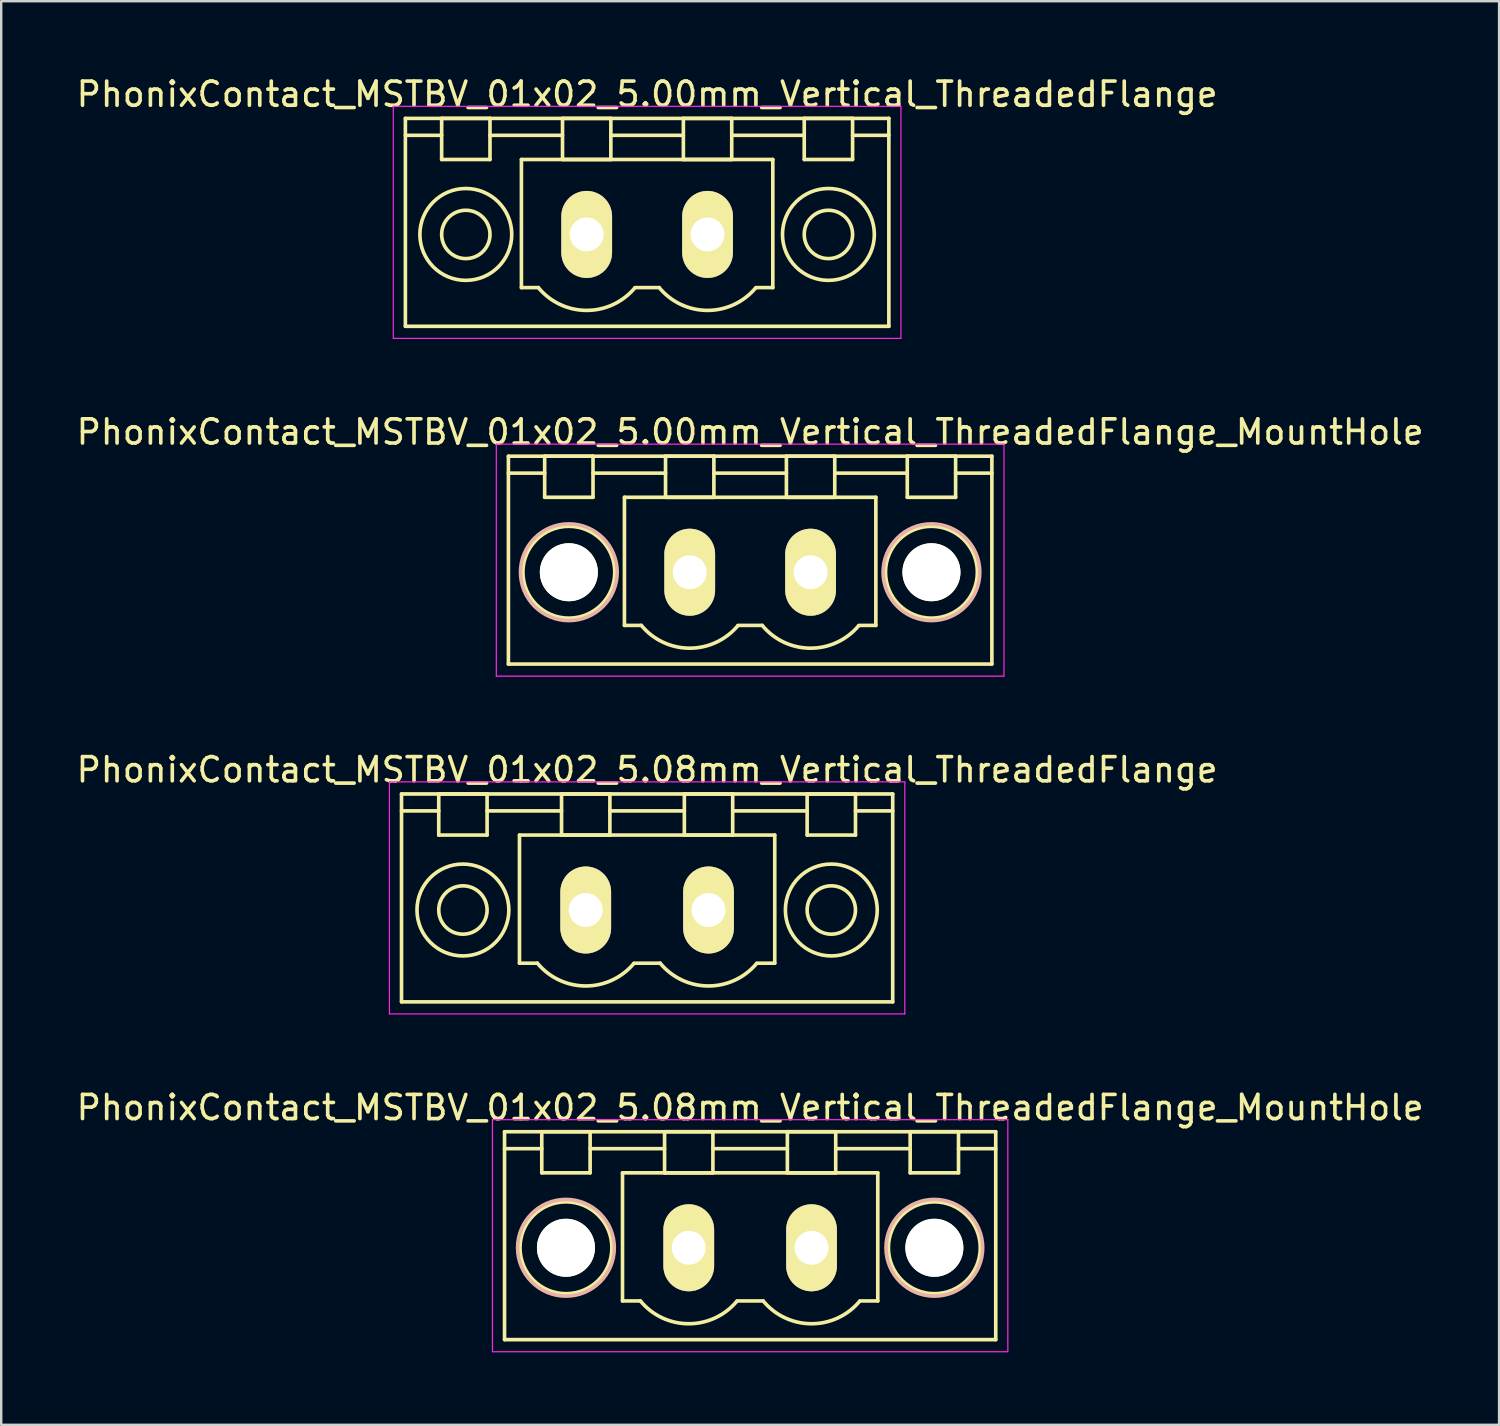
<source format=kicad_pcb>
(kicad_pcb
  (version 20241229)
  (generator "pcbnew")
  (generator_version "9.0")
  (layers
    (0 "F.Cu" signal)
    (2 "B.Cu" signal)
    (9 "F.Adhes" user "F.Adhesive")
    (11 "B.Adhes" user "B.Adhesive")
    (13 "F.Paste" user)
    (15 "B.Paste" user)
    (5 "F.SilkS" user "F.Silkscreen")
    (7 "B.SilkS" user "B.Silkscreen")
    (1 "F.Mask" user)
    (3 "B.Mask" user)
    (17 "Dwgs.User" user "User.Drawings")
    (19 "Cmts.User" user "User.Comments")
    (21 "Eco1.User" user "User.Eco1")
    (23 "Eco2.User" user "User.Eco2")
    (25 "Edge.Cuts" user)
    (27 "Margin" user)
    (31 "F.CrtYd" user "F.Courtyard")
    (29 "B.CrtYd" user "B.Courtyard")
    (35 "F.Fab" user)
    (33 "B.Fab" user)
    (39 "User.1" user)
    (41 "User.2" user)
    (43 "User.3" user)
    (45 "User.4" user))
  (footprint "PhonixContact_MSTBV_01x02_5.08mm_Vertical_ThreadedFlange"
    (layer "F.Cu")
    (at 21.18 34.595)
    (property "Reference" "PhonixContact_MSTBV_01x02_5.08mm_Vertical_ThreadedFlange" (at 2.54 -5.8 0) (layer "F.SilkS") (effects (font (size 1 1) (thickness 0.15))))
    (attr through_hole)
    (fp_line (start -7.62 -4.8) (end -7.62 3.8) (stroke (width 0.15) (type solid)) (layer "F.SilkS"))
    (fp_line (start -7.62 -4.1) (end -6.08 -4.1) (stroke (width 0.15) (type solid)) (layer "F.SilkS"))
    (fp_line (start -7.62 3.8) (end 12.7 3.8) (stroke (width 0.15) (type solid)) (layer "F.SilkS"))
    (fp_line (start -6.08 -4.8) (end -4.08 -4.8) (stroke (width 0.15) (type solid)) (layer "F.SilkS"))
    (fp_line (start -6.08 -3.1) (end -6.08 -4.8) (stroke (width 0.15) (type solid)) (layer "F.SilkS"))
    (fp_line (start -4.08 -4.8) (end -4.08 -3.1) (stroke (width 0.15) (type solid)) (layer "F.SilkS"))
    (fp_line (start -4.08 -4.1) (end -1 -4.1) (stroke (width 0.15) (type solid)) (layer "F.SilkS"))
    (fp_line (start -4.08 -3.1) (end -6.08 -3.1) (stroke (width 0.15) (type solid)) (layer "F.SilkS"))
    (fp_line (start -2.74 -3.1) (end 7.82 -3.1) (stroke (width 0.15) (type solid)) (layer "F.SilkS"))
    (fp_line (start -2.74 2.2) (end -2.74 -3.1) (stroke (width 0.15) (type solid)) (layer "F.SilkS"))
    (fp_line (start -2 2.2) (end -2.74 2.2) (stroke (width 0.15) (type solid)) (layer "F.SilkS"))
    (fp_line (start -1 -4.8) (end 1 -4.8) (stroke (width 0.15) (type solid)) (layer "F.SilkS"))
    (fp_line (start -1 -3.1) (end -1 -4.8) (stroke (width 0.15) (type solid)) (layer "F.SilkS"))
    (fp_line (start 1 -4.8) (end 1 -3.1) (stroke (width 0.15) (type solid)) (layer "F.SilkS"))
    (fp_line (start 1 -4.1) (end 4.08 -4.1) (stroke (width 0.15) (type solid)) (layer "F.SilkS"))
    (fp_line (start 1 -3.1) (end -1 -3.1) (stroke (width 0.15) (type solid)) (layer "F.SilkS"))
    (fp_line (start 2 2.2) (end 3.08 2.2) (stroke (width 0.15) (type solid)) (layer "F.SilkS"))
    (fp_line (start 4.08 -4.8) (end 6.08 -4.8) (stroke (width 0.15) (type solid)) (layer "F.SilkS"))
    (fp_line (start 4.08 -3.1) (end 4.08 -4.8) (stroke (width 0.15) (type solid)) (layer "F.SilkS"))
    (fp_line (start 6.08 -4.8) (end 6.08 -3.1) (stroke (width 0.15) (type solid)) (layer "F.SilkS"))
    (fp_line (start 6.08 -4.1) (end 9.16 -4.1) (stroke (width 0.15) (type solid)) (layer "F.SilkS"))
    (fp_line (start 6.08 -3.1) (end 4.08 -3.1) (stroke (width 0.15) (type solid)) (layer "F.SilkS"))
    (fp_line (start 7.82 -3.1) (end 7.82 2.2) (stroke (width 0.15) (type solid)) (layer "F.SilkS"))
    (fp_line (start 7.82 2.2) (end 7.08 2.2) (stroke (width 0.15) (type solid)) (layer "F.SilkS"))
    (fp_line (start 9.16 -4.8) (end 11.16 -4.8) (stroke (width 0.15) (type solid)) (layer "F.SilkS"))
    (fp_line (start 9.16 -3.1) (end 9.16 -4.8) (stroke (width 0.15) (type solid)) (layer "F.SilkS"))
    (fp_line (start 11.16 -4.8) (end 11.16 -3.1) (stroke (width 0.15) (type solid)) (layer "F.SilkS"))
    (fp_line (start 11.16 -3.1) (end 9.16 -3.1) (stroke (width 0.15) (type solid)) (layer "F.SilkS"))
    (fp_line (start 12.7 -4.8) (end -7.62 -4.8) (stroke (width 0.15) (type solid)) (layer "F.SilkS"))
    (fp_line (start 12.7 -4.1) (end 11.16 -4.1) (stroke (width 0.15) (type solid)) (layer "F.SilkS"))
    (fp_line (start 12.7 3.8) (end 12.7 -4.8) (stroke (width 0.15) (type solid)) (layer "F.SilkS"))
    (fp_arc (start 1.986842 2.215821) (mid -0.010289 3.142758) (end -2 2.2) (stroke (width 0.15) (type solid)) (layer "F.SilkS"))
    (fp_arc (start 7.066842 2.215821) (mid 5.069711 3.142758) (end 3.08 2.2) (stroke (width 0.15) (type solid)) (layer "F.SilkS"))
    (fp_circle (center -5.08 0) (end -4.08 0) (stroke (width 0.15) (type solid)) (fill no) (layer "F.SilkS"))
    (fp_circle (center -5.08 0) (end -3.18 0) (stroke (width 0.15) (type solid)) (fill no) (layer "F.SilkS"))
    (fp_circle (center 10.16 0) (end 11.16 0) (stroke (width 0.15) (type solid)) (fill no) (layer "F.SilkS"))
    (fp_circle (center 10.16 0) (end 12.06 0) (stroke (width 0.15) (type solid)) (fill no) (layer "F.SilkS"))
    (fp_line (start -8.12 -5.3) (end -8.12 4.3) (stroke (width 0.05) (type solid)) (layer "F.CrtYd"))
    (fp_line (start -8.12 4.3) (end 13.2 4.3) (stroke (width 0.05) (type solid)) (layer "F.CrtYd"))
    (fp_line (start 13.2 -5.3) (end -8.12 -5.3) (stroke (width 0.05) (type solid)) (layer "F.CrtYd"))
    (fp_line (start 13.2 4.3) (end 13.2 -5.3) (stroke (width 0.05) (type solid)) (layer "F.CrtYd"))
    (pad "1" thru_hole oval (at 0 0) (size 2.1 3.6) (drill 1.4) (layers "*.Cu" "*.Mask" "F.SilkS"))
    (pad "2" thru_hole oval (at 5.08 0) (size 2.1 3.6) (drill 1.4) (layers "*.Cu" "*.Mask" "F.SilkS")))
  (footprint "PhonixContact_MSTBV_01x02_5.00mm_Vertical_ThreadedFlange_MountHole"
    (layer "F.Cu")
    (at 25.482 20.622)
    (property "Reference" "PhonixContact_MSTBV_01x02_5.00mm_Vertical_ThreadedFlange_MountHole" (at 2.5 -5.8 0) (layer "F.SilkS") (effects (font (size 1 1) (thickness 0.15))))
    (attr through_hole)
    (fp_line (start -7.5 -4.8) (end -7.5 3.8) (stroke (width 0.15) (type solid)) (layer "F.SilkS"))
    (fp_line (start -7.5 -4.1) (end -6 -4.1) (stroke (width 0.15) (type solid)) (layer "F.SilkS"))
    (fp_line (start -7.5 3.8) (end 12.5 3.8) (stroke (width 0.15) (type solid)) (layer "F.SilkS"))
    (fp_line (start -6 -4.8) (end -4 -4.8) (stroke (width 0.15) (type solid)) (layer "F.SilkS"))
    (fp_line (start -6 -3.1) (end -6 -4.8) (stroke (width 0.15) (type solid)) (layer "F.SilkS"))
    (fp_line (start -4 -4.8) (end -4 -3.1) (stroke (width 0.15) (type solid)) (layer "F.SilkS"))
    (fp_line (start -4 -4.1) (end -1 -4.1) (stroke (width 0.15) (type solid)) (layer "F.SilkS"))
    (fp_line (start -4 -3.1) (end -6 -3.1) (stroke (width 0.15) (type solid)) (layer "F.SilkS"))
    (fp_line (start -2.7 -3.1) (end 7.7 -3.1) (stroke (width 0.15) (type solid)) (layer "F.SilkS"))
    (fp_line (start -2.7 2.2) (end -2.7 -3.1) (stroke (width 0.15) (type solid)) (layer "F.SilkS"))
    (fp_line (start -2 2.2) (end -2.7 2.2) (stroke (width 0.15) (type solid)) (layer "F.SilkS"))
    (fp_line (start -1 -4.8) (end 1 -4.8) (stroke (width 0.15) (type solid)) (layer "F.SilkS"))
    (fp_line (start -1 -3.1) (end -1 -4.8) (stroke (width 0.15) (type solid)) (layer "F.SilkS"))
    (fp_line (start 1 -4.8) (end 1 -3.1) (stroke (width 0.15) (type solid)) (layer "F.SilkS"))
    (fp_line (start 1 -4.1) (end 4 -4.1) (stroke (width 0.15) (type solid)) (layer "F.SilkS"))
    (fp_line (start 1 -3.1) (end -1 -3.1) (stroke (width 0.15) (type solid)) (layer "F.SilkS"))
    (fp_line (start 2 2.2) (end 3 2.2) (stroke (width 0.15) (type solid)) (layer "F.SilkS"))
    (fp_line (start 4 -4.8) (end 6 -4.8) (stroke (width 0.15) (type solid)) (layer "F.SilkS"))
    (fp_line (start 4 -3.1) (end 4 -4.8) (stroke (width 0.15) (type solid)) (layer "F.SilkS"))
    (fp_line (start 6 -4.8) (end 6 -3.1) (stroke (width 0.15) (type solid)) (layer "F.SilkS"))
    (fp_line (start 6 -4.1) (end 9 -4.1) (stroke (width 0.15) (type solid)) (layer "F.SilkS"))
    (fp_line (start 6 -3.1) (end 4 -3.1) (stroke (width 0.15) (type solid)) (layer "F.SilkS"))
    (fp_line (start 7.7 -3.1) (end 7.7 2.2) (stroke (width 0.15) (type solid)) (layer "F.SilkS"))
    (fp_line (start 7.7 2.2) (end 7 2.2) (stroke (width 0.15) (type solid)) (layer "F.SilkS"))
    (fp_line (start 9 -4.8) (end 11 -4.8) (stroke (width 0.15) (type solid)) (layer "F.SilkS"))
    (fp_line (start 9 -3.1) (end 9 -4.8) (stroke (width 0.15) (type solid)) (layer "F.SilkS"))
    (fp_line (start 11 -4.8) (end 11 -3.1) (stroke (width 0.15) (type solid)) (layer "F.SilkS"))
    (fp_line (start 11 -3.1) (end 9 -3.1) (stroke (width 0.15) (type solid)) (layer "F.SilkS"))
    (fp_line (start 12.5 -4.8) (end -7.5 -4.8) (stroke (width 0.15) (type solid)) (layer "F.SilkS"))
    (fp_line (start 12.5 -4.1) (end 11 -4.1) (stroke (width 0.15) (type solid)) (layer "F.SilkS"))
    (fp_line (start 12.5 3.8) (end 12.5 -4.8) (stroke (width 0.15) (type solid)) (layer "F.SilkS"))
    (fp_arc (start 1.986842 2.215821) (mid -0.010289 3.142758) (end -2 2.2) (stroke (width 0.15) (type solid)) (layer "F.SilkS"))
    (fp_arc (start 6.986842 2.215821) (mid 4.989711 3.142758) (end 3 2.2) (stroke (width 0.15) (type solid)) (layer "F.SilkS"))
    (fp_circle (center -5 0) (end -4 0) (stroke (width 0.15) (type solid)) (fill no) (layer "F.SilkS"))
    (fp_circle (center -5 0) (end -3.1 0) (stroke (width 0.15) (type solid)) (fill no) (layer "F.SilkS"))
    (fp_circle (center 10 0) (end 11 0) (stroke (width 0.15) (type solid)) (fill no) (layer "F.SilkS"))
    (fp_circle (center 10 0) (end 11.9 0) (stroke (width 0.15) (type solid)) (fill no) (layer "F.SilkS"))
    (fp_circle (center -5 0) (end -3 0) (stroke (width 0.15) (type solid)) (fill no) (layer "B.SilkS"))
    (fp_circle (center 10 0) (end 12 0) (stroke (width 0.15) (type solid)) (fill no) (layer "B.SilkS"))
    (fp_line (start -8 -5.3) (end -8 4.3) (stroke (width 0.05) (type solid)) (layer "F.CrtYd"))
    (fp_line (start -8 4.3) (end 13 4.3) (stroke (width 0.05) (type solid)) (layer "F.CrtYd"))
    (fp_line (start 13 -5.3) (end -8 -5.3) (stroke (width 0.05) (type solid)) (layer "F.CrtYd"))
    (fp_line (start 13 4.3) (end 13 -5.3) (stroke (width 0.05) (type solid)) (layer "F.CrtYd"))
    (pad "" np_thru_hole circle (at -5 0) (size 2.4 2.4) (drill 2.4) (layers "*.Cu" "*.Mask" "F.SilkS"))
    (pad "" np_thru_hole circle (at 10 0) (size 2.4 2.4) (drill 2.4) (layers "*.Cu" "*.Mask" "F.SilkS"))
    (pad "1" thru_hole oval (at 0 0) (size 2.1 3.6) (drill 1.4) (layers "*.Cu" "*.Mask" "F.SilkS"))
    (pad "2" thru_hole oval (at 5 0) (size 2.1 3.6) (drill 1.4) (layers "*.Cu" "*.Mask" "F.SilkS")))
  (footprint "PhonixContact_MSTBV_01x02_5.08mm_Vertical_ThreadedFlange_MountHole"
    (layer "F.Cu")
    (at 25.442 48.568)
    (property "Reference" "PhonixContact_MSTBV_01x02_5.08mm_Vertical_ThreadedFlange_MountHole" (at 2.54 -5.8 0) (layer "F.SilkS") (effects (font (size 1 1) (thickness 0.15))))
    (attr through_hole)
    (fp_line (start -7.62 -4.8) (end -7.62 3.8) (stroke (width 0.15) (type solid)) (layer "F.SilkS"))
    (fp_line (start -7.62 -4.1) (end -6.08 -4.1) (stroke (width 0.15) (type solid)) (layer "F.SilkS"))
    (fp_line (start -7.62 3.8) (end 12.7 3.8) (stroke (width 0.15) (type solid)) (layer "F.SilkS"))
    (fp_line (start -6.08 -4.8) (end -4.08 -4.8) (stroke (width 0.15) (type solid)) (layer "F.SilkS"))
    (fp_line (start -6.08 -3.1) (end -6.08 -4.8) (stroke (width 0.15) (type solid)) (layer "F.SilkS"))
    (fp_line (start -4.08 -4.8) (end -4.08 -3.1) (stroke (width 0.15) (type solid)) (layer "F.SilkS"))
    (fp_line (start -4.08 -4.1) (end -1 -4.1) (stroke (width 0.15) (type solid)) (layer "F.SilkS"))
    (fp_line (start -4.08 -3.1) (end -6.08 -3.1) (stroke (width 0.15) (type solid)) (layer "F.SilkS"))
    (fp_line (start -2.74 -3.1) (end 7.82 -3.1) (stroke (width 0.15) (type solid)) (layer "F.SilkS"))
    (fp_line (start -2.74 2.2) (end -2.74 -3.1) (stroke (width 0.15) (type solid)) (layer "F.SilkS"))
    (fp_line (start -2 2.2) (end -2.74 2.2) (stroke (width 0.15) (type solid)) (layer "F.SilkS"))
    (fp_line (start -1 -4.8) (end 1 -4.8) (stroke (width 0.15) (type solid)) (layer "F.SilkS"))
    (fp_line (start -1 -3.1) (end -1 -4.8) (stroke (width 0.15) (type solid)) (layer "F.SilkS"))
    (fp_line (start 1 -4.8) (end 1 -3.1) (stroke (width 0.15) (type solid)) (layer "F.SilkS"))
    (fp_line (start 1 -4.1) (end 4.08 -4.1) (stroke (width 0.15) (type solid)) (layer "F.SilkS"))
    (fp_line (start 1 -3.1) (end -1 -3.1) (stroke (width 0.15) (type solid)) (layer "F.SilkS"))
    (fp_line (start 2 2.2) (end 3.08 2.2) (stroke (width 0.15) (type solid)) (layer "F.SilkS"))
    (fp_line (start 4.08 -4.8) (end 6.08 -4.8) (stroke (width 0.15) (type solid)) (layer "F.SilkS"))
    (fp_line (start 4.08 -3.1) (end 4.08 -4.8) (stroke (width 0.15) (type solid)) (layer "F.SilkS"))
    (fp_line (start 6.08 -4.8) (end 6.08 -3.1) (stroke (width 0.15) (type solid)) (layer "F.SilkS"))
    (fp_line (start 6.08 -4.1) (end 9.16 -4.1) (stroke (width 0.15) (type solid)) (layer "F.SilkS"))
    (fp_line (start 6.08 -3.1) (end 4.08 -3.1) (stroke (width 0.15) (type solid)) (layer "F.SilkS"))
    (fp_line (start 7.82 -3.1) (end 7.82 2.2) (stroke (width 0.15) (type solid)) (layer "F.SilkS"))
    (fp_line (start 7.82 2.2) (end 7.08 2.2) (stroke (width 0.15) (type solid)) (layer "F.SilkS"))
    (fp_line (start 9.16 -4.8) (end 11.16 -4.8) (stroke (width 0.15) (type solid)) (layer "F.SilkS"))
    (fp_line (start 9.16 -3.1) (end 9.16 -4.8) (stroke (width 0.15) (type solid)) (layer "F.SilkS"))
    (fp_line (start 11.16 -4.8) (end 11.16 -3.1) (stroke (width 0.15) (type solid)) (layer "F.SilkS"))
    (fp_line (start 11.16 -3.1) (end 9.16 -3.1) (stroke (width 0.15) (type solid)) (layer "F.SilkS"))
    (fp_line (start 12.7 -4.8) (end -7.62 -4.8) (stroke (width 0.15) (type solid)) (layer "F.SilkS"))
    (fp_line (start 12.7 -4.1) (end 11.16 -4.1) (stroke (width 0.15) (type solid)) (layer "F.SilkS"))
    (fp_line (start 12.7 3.8) (end 12.7 -4.8) (stroke (width 0.15) (type solid)) (layer "F.SilkS"))
    (fp_arc (start 1.986842 2.215821) (mid -0.010289 3.142758) (end -2 2.2) (stroke (width 0.15) (type solid)) (layer "F.SilkS"))
    (fp_arc (start 7.066842 2.215821) (mid 5.069711 3.142758) (end 3.08 2.2) (stroke (width 0.15) (type solid)) (layer "F.SilkS"))
    (fp_circle (center -5.08 0) (end -4.08 0) (stroke (width 0.15) (type solid)) (fill no) (layer "F.SilkS"))
    (fp_circle (center -5.08 0) (end -3.18 0) (stroke (width 0.15) (type solid)) (fill no) (layer "F.SilkS"))
    (fp_circle (center 10.16 0) (end 11.16 0) (stroke (width 0.15) (type solid)) (fill no) (layer "F.SilkS"))
    (fp_circle (center 10.16 0) (end 12.06 0) (stroke (width 0.15) (type solid)) (fill no) (layer "F.SilkS"))
    (fp_circle (center -5.08 0) (end -3.08 0) (stroke (width 0.15) (type solid)) (fill no) (layer "B.SilkS"))
    (fp_circle (center 10.16 0) (end 12.16 0) (stroke (width 0.15) (type solid)) (fill no) (layer "B.SilkS"))
    (fp_line (start -8.12 -5.3) (end -8.12 4.3) (stroke (width 0.05) (type solid)) (layer "F.CrtYd"))
    (fp_line (start -8.12 4.3) (end 13.2 4.3) (stroke (width 0.05) (type solid)) (layer "F.CrtYd"))
    (fp_line (start 13.2 -5.3) (end -8.12 -5.3) (stroke (width 0.05) (type solid)) (layer "F.CrtYd"))
    (fp_line (start 13.2 4.3) (end 13.2 -5.3) (stroke (width 0.05) (type solid)) (layer "F.CrtYd"))
    (pad "" np_thru_hole circle (at -5.08 0) (size 2.4 2.4) (drill 2.4) (layers "*.Cu" "*.Mask" "F.SilkS"))
    (pad "" np_thru_hole circle (at 10.16 0) (size 2.4 2.4) (drill 2.4) (layers "*.Cu" "*.Mask" "F.SilkS"))
    (pad "1" thru_hole oval (at 0 0) (size 2.1 3.6) (drill 1.4) (layers "*.Cu" "*.Mask" "F.SilkS"))
    (pad "2" thru_hole oval (at 5.08 0) (size 2.1 3.6) (drill 1.4) (layers "*.Cu" "*.Mask" "F.SilkS")))
  (footprint "PhonixContact_MSTBV_01x02_5.00mm_Vertical_ThreadedFlange"
    (layer "F.Cu")
    (at 21.22 6.648)
    (property "Reference" "PhonixContact_MSTBV_01x02_5.00mm_Vertical_ThreadedFlange" (at 2.5 -5.8 0) (layer "F.SilkS") (effects (font (size 1 1) (thickness 0.15))))
    (attr through_hole)
    (fp_line (start -7.5 -4.8) (end -7.5 3.8) (stroke (width 0.15) (type solid)) (layer "F.SilkS"))
    (fp_line (start -7.5 -4.1) (end -6 -4.1) (stroke (width 0.15) (type solid)) (layer "F.SilkS"))
    (fp_line (start -7.5 3.8) (end 12.5 3.8) (stroke (width 0.15) (type solid)) (layer "F.SilkS"))
    (fp_line (start -6 -4.8) (end -4 -4.8) (stroke (width 0.15) (type solid)) (layer "F.SilkS"))
    (fp_line (start -6 -3.1) (end -6 -4.8) (stroke (width 0.15) (type solid)) (layer "F.SilkS"))
    (fp_line (start -4 -4.8) (end -4 -3.1) (stroke (width 0.15) (type solid)) (layer "F.SilkS"))
    (fp_line (start -4 -4.1) (end -1 -4.1) (stroke (width 0.15) (type solid)) (layer "F.SilkS"))
    (fp_line (start -4 -3.1) (end -6 -3.1) (stroke (width 0.15) (type solid)) (layer "F.SilkS"))
    (fp_line (start -2.7 -3.1) (end 7.7 -3.1) (stroke (width 0.15) (type solid)) (layer "F.SilkS"))
    (fp_line (start -2.7 2.2) (end -2.7 -3.1) (stroke (width 0.15) (type solid)) (layer "F.SilkS"))
    (fp_line (start -2 2.2) (end -2.7 2.2) (stroke (width 0.15) (type solid)) (layer "F.SilkS"))
    (fp_line (start -1 -4.8) (end 1 -4.8) (stroke (width 0.15) (type solid)) (layer "F.SilkS"))
    (fp_line (start -1 -3.1) (end -1 -4.8) (stroke (width 0.15) (type solid)) (layer "F.SilkS"))
    (fp_line (start 1 -4.8) (end 1 -3.1) (stroke (width 0.15) (type solid)) (layer "F.SilkS"))
    (fp_line (start 1 -4.1) (end 4 -4.1) (stroke (width 0.15) (type solid)) (layer "F.SilkS"))
    (fp_line (start 1 -3.1) (end -1 -3.1) (stroke (width 0.15) (type solid)) (layer "F.SilkS"))
    (fp_line (start 2 2.2) (end 3 2.2) (stroke (width 0.15) (type solid)) (layer "F.SilkS"))
    (fp_line (start 4 -4.8) (end 6 -4.8) (stroke (width 0.15) (type solid)) (layer "F.SilkS"))
    (fp_line (start 4 -3.1) (end 4 -4.8) (stroke (width 0.15) (type solid)) (layer "F.SilkS"))
    (fp_line (start 6 -4.8) (end 6 -3.1) (stroke (width 0.15) (type solid)) (layer "F.SilkS"))
    (fp_line (start 6 -4.1) (end 9 -4.1) (stroke (width 0.15) (type solid)) (layer "F.SilkS"))
    (fp_line (start 6 -3.1) (end 4 -3.1) (stroke (width 0.15) (type solid)) (layer "F.SilkS"))
    (fp_line (start 7.7 -3.1) (end 7.7 2.2) (stroke (width 0.15) (type solid)) (layer "F.SilkS"))
    (fp_line (start 7.7 2.2) (end 7 2.2) (stroke (width 0.15) (type solid)) (layer "F.SilkS"))
    (fp_line (start 9 -4.8) (end 11 -4.8) (stroke (width 0.15) (type solid)) (layer "F.SilkS"))
    (fp_line (start 9 -3.1) (end 9 -4.8) (stroke (width 0.15) (type solid)) (layer "F.SilkS"))
    (fp_line (start 11 -4.8) (end 11 -3.1) (stroke (width 0.15) (type solid)) (layer "F.SilkS"))
    (fp_line (start 11 -3.1) (end 9 -3.1) (stroke (width 0.15) (type solid)) (layer "F.SilkS"))
    (fp_line (start 12.5 -4.8) (end -7.5 -4.8) (stroke (width 0.15) (type solid)) (layer "F.SilkS"))
    (fp_line (start 12.5 -4.1) (end 11 -4.1) (stroke (width 0.15) (type solid)) (layer "F.SilkS"))
    (fp_line (start 12.5 3.8) (end 12.5 -4.8) (stroke (width 0.15) (type solid)) (layer "F.SilkS"))
    (fp_arc (start 1.986842 2.215821) (mid -0.010289 3.142758) (end -2 2.2) (stroke (width 0.15) (type solid)) (layer "F.SilkS"))
    (fp_arc (start 6.986842 2.215821) (mid 4.989711 3.142758) (end 3 2.2) (stroke (width 0.15) (type solid)) (layer "F.SilkS"))
    (fp_circle (center -5 0) (end -4 0) (stroke (width 0.15) (type solid)) (fill no) (layer "F.SilkS"))
    (fp_circle (center -5 0) (end -3.1 0) (stroke (width 0.15) (type solid)) (fill no) (layer "F.SilkS"))
    (fp_circle (center 10 0) (end 11 0) (stroke (width 0.15) (type solid)) (fill no) (layer "F.SilkS"))
    (fp_circle (center 10 0) (end 11.9 0) (stroke (width 0.15) (type solid)) (fill no) (layer "F.SilkS"))
    (fp_line (start -8 -5.3) (end -8 4.3) (stroke (width 0.05) (type solid)) (layer "F.CrtYd"))
    (fp_line (start -8 4.3) (end 13 4.3) (stroke (width 0.05) (type solid)) (layer "F.CrtYd"))
    (fp_line (start 13 -5.3) (end -8 -5.3) (stroke (width 0.05) (type solid)) (layer "F.CrtYd"))
    (fp_line (start 13 4.3) (end 13 -5.3) (stroke (width 0.05) (type solid)) (layer "F.CrtYd"))
    (pad "1" thru_hole oval (at 0 0) (size 2.1 3.6) (drill 1.4) (layers "*.Cu" "*.Mask" "F.SilkS"))
    (pad "2" thru_hole oval (at 5 0) (size 2.1 3.6) (drill 1.4) (layers "*.Cu" "*.Mask" "F.SilkS")))
  (gr_rect
    (start -3 -3)
    (end 58.964 55.893)
    (stroke (width 0.1) (type default))
    (fill no)
    (layer "Edge.Cuts")))
</source>
